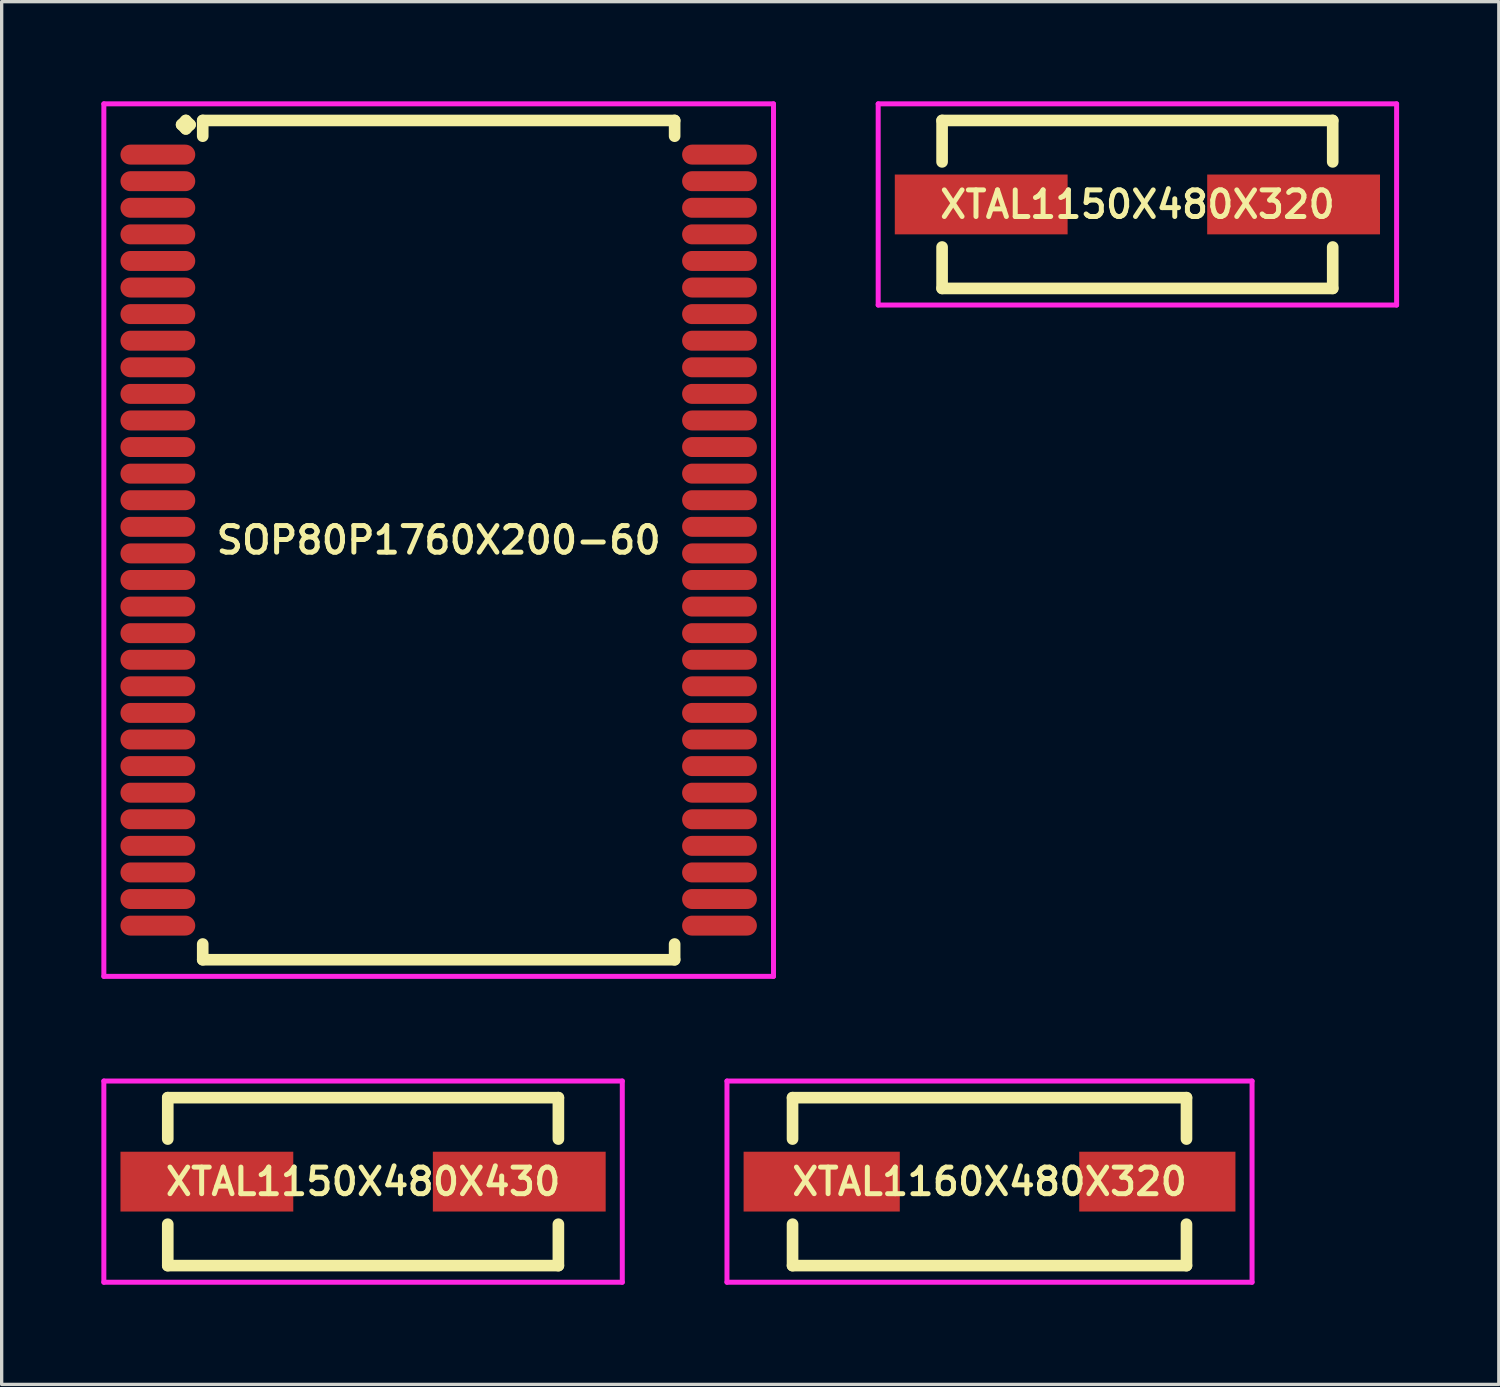
<source format=kicad_pcb>
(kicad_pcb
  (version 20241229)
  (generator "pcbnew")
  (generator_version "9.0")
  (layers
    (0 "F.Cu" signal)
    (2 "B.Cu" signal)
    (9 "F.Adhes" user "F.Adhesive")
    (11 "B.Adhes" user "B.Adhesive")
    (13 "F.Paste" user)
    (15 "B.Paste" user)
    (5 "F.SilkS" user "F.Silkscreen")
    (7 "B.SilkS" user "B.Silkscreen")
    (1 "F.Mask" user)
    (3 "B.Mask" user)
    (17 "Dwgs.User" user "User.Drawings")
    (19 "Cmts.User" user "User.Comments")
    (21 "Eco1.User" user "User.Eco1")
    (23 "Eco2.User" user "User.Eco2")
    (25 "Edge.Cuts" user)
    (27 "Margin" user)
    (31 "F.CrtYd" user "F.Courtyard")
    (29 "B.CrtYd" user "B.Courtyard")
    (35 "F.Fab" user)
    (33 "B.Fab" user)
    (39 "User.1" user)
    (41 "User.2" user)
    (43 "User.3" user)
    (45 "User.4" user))
  (footprint "XTAL1160X480X320"
    (layer "F.Cu")
    (at 26.725 32.506)
    (property "Reference" "XTAL1160X480X320" (at 0 0 0) (layer "F.SilkS") (effects (font (size 0.8 0.8) (thickness 0.15))))
    (attr smd)
    (fp_line (start -5.927 -2.527) (end 5.927 -2.527) (stroke (width 0.35) (type solid)) (layer "F.SilkS"))
    (fp_line (start -5.927 -1.281) (end -5.927 -2.527) (stroke (width 0.35) (type solid)) (layer "F.SilkS"))
    (fp_line (start -5.927 1.281) (end -5.927 2.527) (stroke (width 0.35) (type solid)) (layer "F.SilkS"))
    (fp_line (start -5.927 2.527) (end 5.927 2.527) (stroke (width 0.35) (type solid)) (layer "F.SilkS"))
    (fp_line (start 5.927 -2.527) (end 5.927 -1.281) (stroke (width 0.35) (type solid)) (layer "F.SilkS"))
    (fp_line (start 5.927 2.527) (end 5.927 1.281) (stroke (width 0.35) (type solid)) (layer "F.SilkS"))
    (fp_line (start -7.9 -3.027) (end 7.9 -3.027) (stroke (width 0.15) (type solid)) (layer "F.CrtYd"))
    (fp_line (start -7.9 3.027) (end -7.9 -3.027) (stroke (width 0.15) (type solid)) (layer "F.CrtYd"))
    (fp_line (start 7.9 -3.027) (end 7.9 3.027) (stroke (width 0.15) (type solid)) (layer "F.CrtYd"))
    (fp_line (start 7.9 3.027) (end -7.9 3.027) (stroke (width 0.15) (type solid)) (layer "F.CrtYd"))
    (pad "1" smd rect (at -5.05 0) (size 4.7 1.8) (layers "F.Cu" "F.Mask" "F.Paste"))
    (pad "2" smd rect (at 5.05 0) (size 4.7 1.8) (layers "F.Cu" "F.Mask" "F.Paste")))
  (footprint "XTAL1150X480X430"
    (layer "F.Cu")
    (at 7.875 32.506)
    (property "Reference" "XTAL1150X480X430" (at 0 0 0) (layer "F.SilkS") (effects (font (size 0.8 0.8) (thickness 0.15))))
    (attr smd)
    (fp_line (start -5.877 -2.527) (end 5.877 -2.527) (stroke (width 0.35) (type solid)) (layer "F.SilkS"))
    (fp_line (start -5.877 -1.281) (end -5.877 -2.527) (stroke (width 0.35) (type solid)) (layer "F.SilkS"))
    (fp_line (start -5.877 1.281) (end -5.877 2.527) (stroke (width 0.35) (type solid)) (layer "F.SilkS"))
    (fp_line (start -5.877 2.527) (end 5.877 2.527) (stroke (width 0.35) (type solid)) (layer "F.SilkS"))
    (fp_line (start 5.877 -2.527) (end 5.877 -1.281) (stroke (width 0.35) (type solid)) (layer "F.SilkS"))
    (fp_line (start 5.877 2.527) (end 5.877 1.281) (stroke (width 0.35) (type solid)) (layer "F.SilkS"))
    (fp_line (start -7.8 -3.027) (end 7.8 -3.027) (stroke (width 0.15) (type solid)) (layer "F.CrtYd"))
    (fp_line (start -7.8 3.027) (end -7.8 -3.027) (stroke (width 0.15) (type solid)) (layer "F.CrtYd"))
    (fp_line (start 7.8 -3.027) (end 7.8 3.027) (stroke (width 0.15) (type solid)) (layer "F.CrtYd"))
    (fp_line (start 7.8 3.027) (end -7.8 3.027) (stroke (width 0.15) (type solid)) (layer "F.CrtYd"))
    (pad "1" smd rect (at -4.7 0) (size 5.2 1.8) (layers "F.Cu" "F.Mask" "F.Paste"))
    (pad "2" smd rect (at 4.7 0) (size 5.2 1.8) (layers "F.Cu" "F.Mask" "F.Paste")))
  (footprint "XTAL1150X480X320"
    (layer "F.Cu")
    (at 31.175 3.102)
    (property "Reference" "XTAL1150X480X320" (at 0 0 0) (layer "F.SilkS") (effects (font (size 0.8 0.8) (thickness 0.15))))
    (attr smd)
    (fp_line (start -5.877 -2.527) (end 5.877 -2.527) (stroke (width 0.35) (type solid)) (layer "F.SilkS"))
    (fp_line (start -5.877 -1.281) (end -5.877 -2.527) (stroke (width 0.35) (type solid)) (layer "F.SilkS"))
    (fp_line (start -5.877 1.281) (end -5.877 2.527) (stroke (width 0.35) (type solid)) (layer "F.SilkS"))
    (fp_line (start -5.877 2.527) (end 5.877 2.527) (stroke (width 0.35) (type solid)) (layer "F.SilkS"))
    (fp_line (start 5.877 -2.527) (end 5.877 -1.281) (stroke (width 0.35) (type solid)) (layer "F.SilkS"))
    (fp_line (start 5.877 2.527) (end 5.877 1.281) (stroke (width 0.35) (type solid)) (layer "F.SilkS"))
    (fp_line (start -7.8 -3.027) (end 7.8 -3.027) (stroke (width 0.15) (type solid)) (layer "F.CrtYd"))
    (fp_line (start -7.8 3.027) (end -7.8 -3.027) (stroke (width 0.15) (type solid)) (layer "F.CrtYd"))
    (fp_line (start 7.8 -3.027) (end 7.8 3.027) (stroke (width 0.15) (type solid)) (layer "F.CrtYd"))
    (fp_line (start 7.8 3.027) (end -7.8 3.027) (stroke (width 0.15) (type solid)) (layer "F.CrtYd"))
    (pad "1" smd rect (at -4.7 0) (size 5.2 1.8) (layers "F.Cu" "F.Mask" "F.Paste"))
    (pad "2" smd rect (at 4.7 0) (size 5.2 1.8) (layers "F.Cu" "F.Mask" "F.Paste")))
  (footprint "SOP80P1760X200-60"
    (layer "F.Cu")
    (at 10.15 13.202)
    (property "Reference" "SOP80P1760X200-60" (at 0 0 0) (layer "F.SilkS") (effects (font (size 0.8 0.8) (thickness 0.15))))
    (attr smd)
    (fp_line (start -7.735 -12.5) (end -7.608 -12.627) (stroke (width 0.35) (type solid)) (layer "F.SilkS"))
    (fp_line (start -7.608 -12.627) (end -7.481 -12.5) (stroke (width 0.35) (type solid)) (layer "F.SilkS"))
    (fp_line (start -7.608 -12.373) (end -7.735 -12.5) (stroke (width 0.35) (type solid)) (layer "F.SilkS"))
    (fp_line (start -7.481 -12.5) (end -7.608 -12.373) (stroke (width 0.35) (type solid)) (layer "F.SilkS"))
    (fp_line (start -7.1 -12.627) (end 7.1 -12.627) (stroke (width 0.35) (type solid)) (layer "F.SilkS"))
    (fp_line (start -7.1 -12.154) (end -7.1 -12.627) (stroke (width 0.35) (type solid)) (layer "F.SilkS"))
    (fp_line (start -7.1 12.154) (end -7.1 12.627) (stroke (width 0.35) (type solid)) (layer "F.SilkS"))
    (fp_line (start -7.1 12.627) (end 7.1 12.627) (stroke (width 0.35) (type solid)) (layer "F.SilkS"))
    (fp_line (start 7.1 -12.627) (end 7.1 -12.154) (stroke (width 0.35) (type solid)) (layer "F.SilkS"))
    (fp_line (start 7.1 12.627) (end 7.1 12.154) (stroke (width 0.35) (type solid)) (layer "F.SilkS"))
    (fp_line (start -10.075 -13.127) (end 10.075 -13.127) (stroke (width 0.15) (type solid)) (layer "F.CrtYd"))
    (fp_line (start -10.075 13.127) (end -10.075 -13.127) (stroke (width 0.15) (type solid)) (layer "F.CrtYd"))
    (fp_line (start 10.075 -13.127) (end 10.075 13.127) (stroke (width 0.15) (type solid)) (layer "F.CrtYd"))
    (fp_line (start 10.075 13.127) (end -10.075 13.127) (stroke (width 0.15) (type solid)) (layer "F.CrtYd"))
    (pad "1" smd oval (at -8.45 -11.6) (size 2.25 0.6) (layers "F.Cu" "F.Mask" "F.Paste"))
    (pad "2" smd oval (at -8.45 -10.8) (size 2.25 0.6) (layers "F.Cu" "F.Mask" "F.Paste"))
    (pad "3" smd oval (at -8.45 -10) (size 2.25 0.6) (layers "F.Cu" "F.Mask" "F.Paste"))
    (pad "4" smd oval (at -8.45 -9.2) (size 2.25 0.6) (layers "F.Cu" "F.Mask" "F.Paste"))
    (pad "5" smd oval (at -8.45 -8.4) (size 2.25 0.6) (layers "F.Cu" "F.Mask" "F.Paste"))
    (pad "6" smd oval (at -8.45 -7.6) (size 2.25 0.6) (layers "F.Cu" "F.Mask" "F.Paste"))
    (pad "7" smd oval (at -8.45 -6.8) (size 2.25 0.6) (layers "F.Cu" "F.Mask" "F.Paste"))
    (pad "8" smd oval (at -8.45 -6) (size 2.25 0.6) (layers "F.Cu" "F.Mask" "F.Paste"))
    (pad "9" smd oval (at -8.45 -5.2) (size 2.25 0.6) (layers "F.Cu" "F.Mask" "F.Paste"))
    (pad "10" smd oval (at -8.45 -4.4) (size 2.25 0.6) (layers "F.Cu" "F.Mask" "F.Paste"))
    (pad "11" smd oval (at -8.45 -3.6) (size 2.25 0.6) (layers "F.Cu" "F.Mask" "F.Paste"))
    (pad "12" smd oval (at -8.45 -2.8) (size 2.25 0.6) (layers "F.Cu" "F.Mask" "F.Paste"))
    (pad "13" smd oval (at -8.45 -2) (size 2.25 0.6) (layers "F.Cu" "F.Mask" "F.Paste"))
    (pad "14" smd oval (at -8.45 -1.2) (size 2.25 0.6) (layers "F.Cu" "F.Mask" "F.Paste"))
    (pad "15" smd oval (at -8.45 -0.4) (size 2.25 0.6) (layers "F.Cu" "F.Mask" "F.Paste"))
    (pad "16" smd oval (at -8.45 0.4) (size 2.25 0.6) (layers "F.Cu" "F.Mask" "F.Paste"))
    (pad "17" smd oval (at -8.45 1.2) (size 2.25 0.6) (layers "F.Cu" "F.Mask" "F.Paste"))
    (pad "18" smd oval (at -8.45 2) (size 2.25 0.6) (layers "F.Cu" "F.Mask" "F.Paste"))
    (pad "19" smd oval (at -8.45 2.8) (size 2.25 0.6) (layers "F.Cu" "F.Mask" "F.Paste"))
    (pad "20" smd oval (at -8.45 3.6) (size 2.25 0.6) (layers "F.Cu" "F.Mask" "F.Paste"))
    (pad "21" smd oval (at -8.45 4.4) (size 2.25 0.6) (layers "F.Cu" "F.Mask" "F.Paste"))
    (pad "22" smd oval (at -8.45 5.2) (size 2.25 0.6) (layers "F.Cu" "F.Mask" "F.Paste"))
    (pad "23" smd oval (at -8.45 6) (size 2.25 0.6) (layers "F.Cu" "F.Mask" "F.Paste"))
    (pad "24" smd oval (at -8.45 6.8) (size 2.25 0.6) (layers "F.Cu" "F.Mask" "F.Paste"))
    (pad "25" smd oval (at -8.45 7.6) (size 2.25 0.6) (layers "F.Cu" "F.Mask" "F.Paste"))
    (pad "26" smd oval (at -8.45 8.4) (size 2.25 0.6) (layers "F.Cu" "F.Mask" "F.Paste"))
    (pad "27" smd oval (at -8.45 9.2) (size 2.25 0.6) (layers "F.Cu" "F.Mask" "F.Paste"))
    (pad "28" smd oval (at -8.45 10) (size 2.25 0.6) (layers "F.Cu" "F.Mask" "F.Paste"))
    (pad "29" smd oval (at -8.45 10.8) (size 2.25 0.6) (layers "F.Cu" "F.Mask" "F.Paste"))
    (pad "30" smd oval (at -8.45 11.6) (size 2.25 0.6) (layers "F.Cu" "F.Mask" "F.Paste"))
    (pad "31" smd oval (at 8.45 11.6) (size 2.25 0.6) (layers "F.Cu" "F.Mask" "F.Paste"))
    (pad "32" smd oval (at 8.45 10.8) (size 2.25 0.6) (layers "F.Cu" "F.Mask" "F.Paste"))
    (pad "33" smd oval (at 8.45 10) (size 2.25 0.6) (layers "F.Cu" "F.Mask" "F.Paste"))
    (pad "34" smd oval (at 8.45 9.2) (size 2.25 0.6) (layers "F.Cu" "F.Mask" "F.Paste"))
    (pad "35" smd oval (at 8.45 8.4) (size 2.25 0.6) (layers "F.Cu" "F.Mask" "F.Paste"))
    (pad "36" smd oval (at 8.45 7.6) (size 2.25 0.6) (layers "F.Cu" "F.Mask" "F.Paste"))
    (pad "37" smd oval (at 8.45 6.8) (size 2.25 0.6) (layers "F.Cu" "F.Mask" "F.Paste"))
    (pad "38" smd oval (at 8.45 6) (size 2.25 0.6) (layers "F.Cu" "F.Mask" "F.Paste"))
    (pad "39" smd oval (at 8.45 5.2) (size 2.25 0.6) (layers "F.Cu" "F.Mask" "F.Paste"))
    (pad "40" smd oval (at 8.45 4.4) (size 2.25 0.6) (layers "F.Cu" "F.Mask" "F.Paste"))
    (pad "41" smd oval (at 8.45 3.6) (size 2.25 0.6) (layers "F.Cu" "F.Mask" "F.Paste"))
    (pad "42" smd oval (at 8.45 2.8) (size 2.25 0.6) (layers "F.Cu" "F.Mask" "F.Paste"))
    (pad "43" smd oval (at 8.45 2) (size 2.25 0.6) (layers "F.Cu" "F.Mask" "F.Paste"))
    (pad "44" smd oval (at 8.45 1.2) (size 2.25 0.6) (layers "F.Cu" "F.Mask" "F.Paste"))
    (pad "45" smd oval (at 8.45 0.4) (size 2.25 0.6) (layers "F.Cu" "F.Mask" "F.Paste"))
    (pad "46" smd oval (at 8.45 -0.4) (size 2.25 0.6) (layers "F.Cu" "F.Mask" "F.Paste"))
    (pad "47" smd oval (at 8.45 -1.2) (size 2.25 0.6) (layers "F.Cu" "F.Mask" "F.Paste"))
    (pad "48" smd oval (at 8.45 -2) (size 2.25 0.6) (layers "F.Cu" "F.Mask" "F.Paste"))
    (pad "49" smd oval (at 8.45 -2.8) (size 2.25 0.6) (layers "F.Cu" "F.Mask" "F.Paste"))
    (pad "50" smd oval (at 8.45 -3.6) (size 2.25 0.6) (layers "F.Cu" "F.Mask" "F.Paste"))
    (pad "51" smd oval (at 8.45 -4.4) (size 2.25 0.6) (layers "F.Cu" "F.Mask" "F.Paste"))
    (pad "52" smd oval (at 8.45 -5.2) (size 2.25 0.6) (layers "F.Cu" "F.Mask" "F.Paste"))
    (pad "53" smd oval (at 8.45 -6) (size 2.25 0.6) (layers "F.Cu" "F.Mask" "F.Paste"))
    (pad "54" smd oval (at 8.45 -6.8) (size 2.25 0.6) (layers "F.Cu" "F.Mask" "F.Paste"))
    (pad "55" smd oval (at 8.45 -7.6) (size 2.25 0.6) (layers "F.Cu" "F.Mask" "F.Paste"))
    (pad "56" smd oval (at 8.45 -8.4) (size 2.25 0.6) (layers "F.Cu" "F.Mask" "F.Paste"))
    (pad "57" smd oval (at 8.45 -9.2) (size 2.25 0.6) (layers "F.Cu" "F.Mask" "F.Paste"))
    (pad "58" smd oval (at 8.45 -10) (size 2.25 0.6) (layers "F.Cu" "F.Mask" "F.Paste"))
    (pad "59" smd oval (at 8.45 -10.8) (size 2.25 0.6) (layers "F.Cu" "F.Mask" "F.Paste"))
    (pad "60" smd oval (at 8.45 -11.6) (size 2.25 0.6) (layers "F.Cu" "F.Mask" "F.Paste")))
  (gr_rect
    (start -3 -3)
    (end 42.05 38.608)
    (stroke (width 0.1) (type default))
    (fill no)
    (layer "Edge.Cuts")))
</source>
